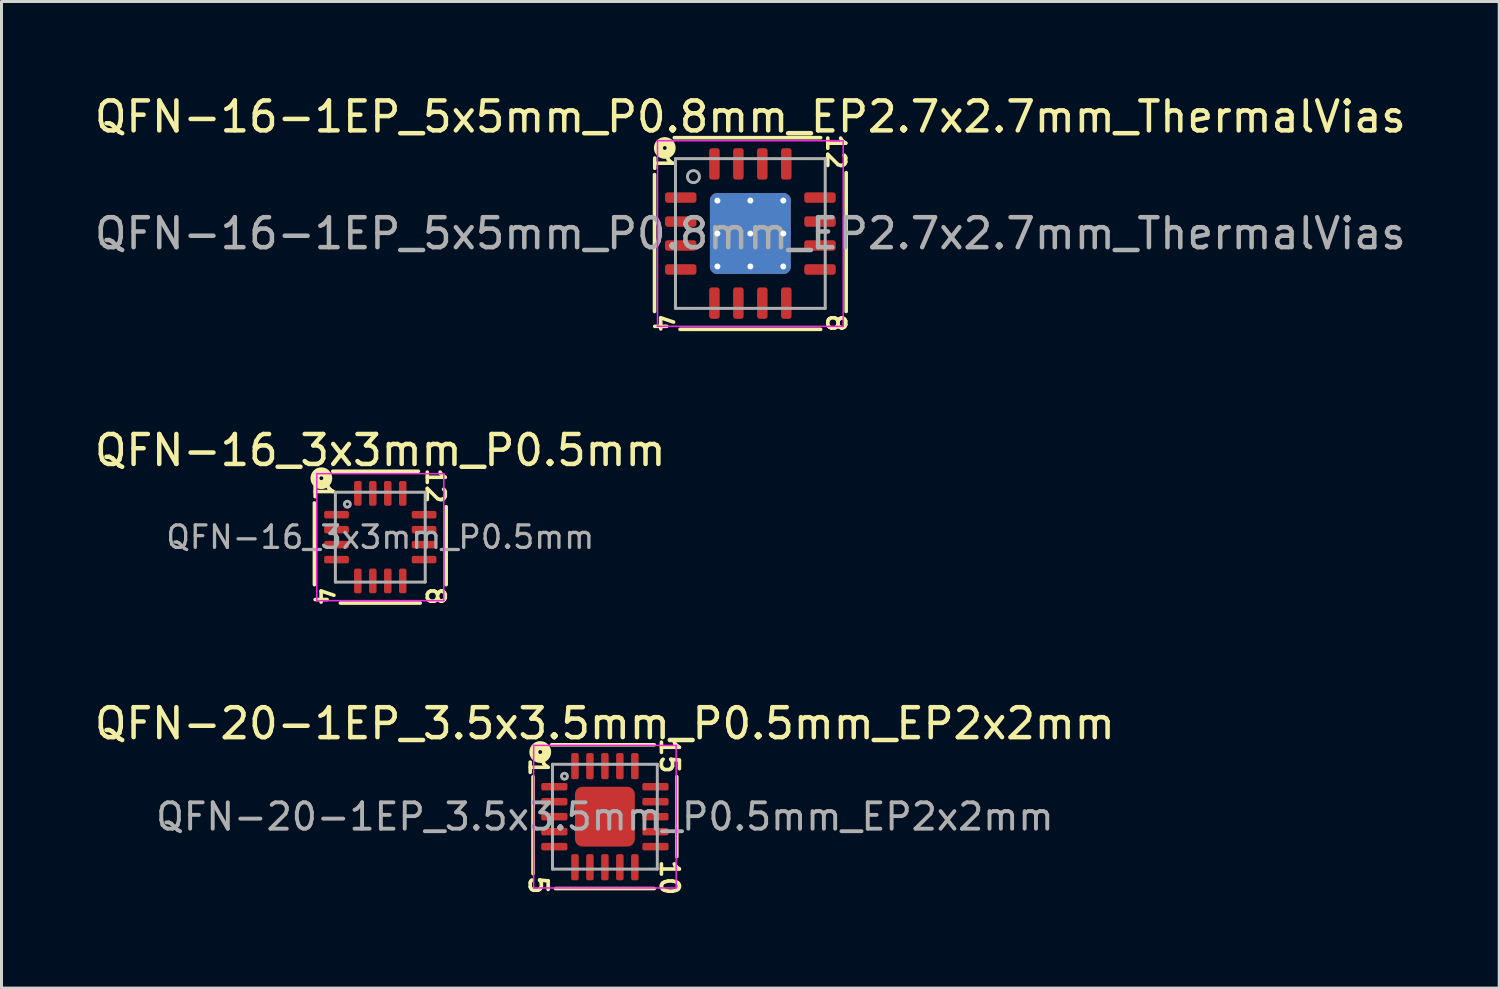
<source format=kicad_pcb>
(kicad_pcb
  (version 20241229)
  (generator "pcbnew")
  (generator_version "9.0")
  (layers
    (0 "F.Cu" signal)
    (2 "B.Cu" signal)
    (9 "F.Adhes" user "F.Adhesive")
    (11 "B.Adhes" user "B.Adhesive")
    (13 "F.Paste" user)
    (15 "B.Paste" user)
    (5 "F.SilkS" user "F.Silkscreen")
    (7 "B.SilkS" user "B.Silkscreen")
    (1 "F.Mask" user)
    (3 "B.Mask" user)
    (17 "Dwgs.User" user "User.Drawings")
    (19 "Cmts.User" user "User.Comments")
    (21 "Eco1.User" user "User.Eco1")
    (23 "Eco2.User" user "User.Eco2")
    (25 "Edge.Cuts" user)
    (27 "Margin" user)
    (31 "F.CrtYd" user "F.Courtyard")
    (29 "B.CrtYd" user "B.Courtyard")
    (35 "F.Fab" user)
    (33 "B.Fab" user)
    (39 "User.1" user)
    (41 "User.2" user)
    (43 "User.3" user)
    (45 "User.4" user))
  (footprint "QFN-20-1EP_3.5x3.5mm_P0.5mm_EP2x2mm"
    (layer "F.Cu")
    (at 17.149 24.221)
    (property "Reference" "QFN-20-1EP_3.5x3.5mm_P0.5mm_EP2x2mm" (at 0 -3.111 0) (layer "F.SilkS") (effects (font (size 1 1) (thickness 0.15))))
    (attr smd)
    (fp_line (start -2.4 -1.333) (end -2.4 1.905) (stroke (width 0.12) (type solid)) (layer "F.SilkS"))
    (fp_line (start -1.651 2.4) (end 1.651 2.4) (stroke (width 0.12) (type solid)) (layer "F.SilkS"))
    (fp_line (start 1.651 -2.4) (end -1.778 -2.4) (stroke (width 0.12) (type solid)) (layer "F.SilkS"))
    (fp_line (start 2.4 1.333) (end 2.4 -1.333) (stroke (width 0.12) (type solid)) (layer "F.SilkS"))
    (fp_circle (center -2.159 -2.159) (end -2.095 -2.159) (stroke (width 0.3) (type solid)) (fill no) (layer "F.SilkS"))
    (fp_line (start -2.38 -2.38) (end -2.38 2.38) (stroke (width 0.05) (type solid)) (layer "F.CrtYd"))
    (fp_line (start -2.38 2.38) (end 2.38 2.38) (stroke (width 0.05) (type solid)) (layer "F.CrtYd"))
    (fp_line (start 2.38 -2.38) (end -2.38 -2.38) (stroke (width 0.05) (type solid)) (layer "F.CrtYd"))
    (fp_line (start 2.38 2.38) (end 2.38 -2.38) (stroke (width 0.05) (type solid)) (layer "F.CrtYd"))
    (fp_line (start -1.75 -1.75) (end 1.75 -1.75) (stroke (width 0.1) (type solid)) (layer "F.Fab"))
    (fp_line (start -1.75 1.75) (end -1.75 -1.75) (stroke (width 0.1) (type solid)) (layer "F.Fab"))
    (fp_line (start 1.75 -1.75) (end 1.75 1.75) (stroke (width 0.1) (type solid)) (layer "F.Fab"))
    (fp_line (start 1.75 1.75) (end -1.75 1.75) (stroke (width 0.1) (type solid)) (layer "F.Fab"))
    (fp_circle (center -1.35 -1.35) (end -1.25 -1.35) (stroke (width 0.1) (type solid)) (fill no) (layer "F.Fab"))
    (fp_text user "5" (at -2.223 2.286 270) (unlocked yes) (layer "F.SilkS") (effects (font (size 0.6 0.6) (thickness 0.12))))
    (fp_text user "1" (at -2.223 -1.651 270) (unlocked yes) (layer "F.SilkS") (effects (font (size 0.6 0.6) (thickness 0.12))))
    (fp_text user "10" (at 2.159 2.032 270) (unlocked yes) (layer "F.SilkS") (effects (font (size 0.6 0.6) (thickness 0.12))))
    (fp_text user "15" (at 2.159 -2.032 270) (unlocked yes) (layer "F.SilkS") (effects (font (size 0.6 0.6) (thickness 0.12))))
    (fp_text user "${REFERENCE}" (at 0 0 0) (layer "F.Fab") (effects (font (size 0.88 0.88) (thickness 0.13))))
    (pad "" smd roundrect (at -0.5 -0.5) (size 0.81 0.81) (layers "F.Paste") (roundrect_rratio 0.25))
    (pad "" smd roundrect (at -0.5 0.5) (size 0.81 0.81) (layers "F.Paste") (roundrect_rratio 0.25))
    (pad "" smd roundrect (at 0.5 -0.5) (size 0.81 0.81) (layers "F.Paste") (roundrect_rratio 0.25))
    (pad "" smd roundrect (at 0.5 0.5) (size 0.81 0.81) (layers "F.Paste") (roundrect_rratio 0.25))
    (pad "1" smd roundrect (at -1.688 -1) (size 0.875 0.25) (layers "F.Cu" "F.Mask" "F.Paste") (roundrect_rratio 0.25))
    (pad "2" smd roundrect (at -1.688 -0.5) (size 0.875 0.25) (layers "F.Cu" "F.Mask" "F.Paste") (roundrect_rratio 0.25))
    (pad "3" smd roundrect (at -1.688 0) (size 0.875 0.25) (layers "F.Cu" "F.Mask" "F.Paste") (roundrect_rratio 0.25))
    (pad "4" smd roundrect (at -1.688 0.5) (size 0.875 0.25) (layers "F.Cu" "F.Mask" "F.Paste") (roundrect_rratio 0.25))
    (pad "5" smd roundrect (at -1.688 1) (size 0.875 0.25) (layers "F.Cu" "F.Mask" "F.Paste") (roundrect_rratio 0.25))
    (pad "6" smd roundrect (at -1 1.688) (size 0.25 0.875) (layers "F.Cu" "F.Mask" "F.Paste") (roundrect_rratio 0.25))
    (pad "7" smd roundrect (at -0.5 1.688) (size 0.25 0.875) (layers "F.Cu" "F.Mask" "F.Paste") (roundrect_rratio 0.25))
    (pad "8" smd roundrect (at 0 1.688) (size 0.25 0.875) (layers "F.Cu" "F.Mask" "F.Paste") (roundrect_rratio 0.25))
    (pad "9" smd roundrect (at 0.5 1.688) (size 0.25 0.875) (layers "F.Cu" "F.Mask" "F.Paste") (roundrect_rratio 0.25))
    (pad "10" smd roundrect (at 1 1.688) (size 0.25 0.875) (layers "F.Cu" "F.Mask" "F.Paste") (roundrect_rratio 0.25))
    (pad "11" smd roundrect (at 1.688 1) (size 0.875 0.25) (layers "F.Cu" "F.Mask" "F.Paste") (roundrect_rratio 0.25))
    (pad "12" smd roundrect (at 1.688 0.5) (size 0.875 0.25) (layers "F.Cu" "F.Mask" "F.Paste") (roundrect_rratio 0.25))
    (pad "13" smd roundrect (at 1.688 0) (size 0.875 0.25) (layers "F.Cu" "F.Mask" "F.Paste") (roundrect_rratio 0.25))
    (pad "14" smd roundrect (at 1.688 -0.5) (size 0.875 0.25) (layers "F.Cu" "F.Mask" "F.Paste") (roundrect_rratio 0.25))
    (pad "15" smd roundrect (at 1.688 -1) (size 0.875 0.25) (layers "F.Cu" "F.Mask" "F.Paste") (roundrect_rratio 0.25))
    (pad "16" smd roundrect (at 1 -1.688) (size 0.25 0.875) (layers "F.Cu" "F.Mask" "F.Paste") (roundrect_rratio 0.25))
    (pad "17" smd roundrect (at 0.5 -1.688) (size 0.25 0.875) (layers "F.Cu" "F.Mask" "F.Paste") (roundrect_rratio 0.25))
    (pad "18" smd roundrect (at 0 -1.688) (size 0.25 0.875) (layers "F.Cu" "F.Mask" "F.Paste") (roundrect_rratio 0.25))
    (pad "19" smd roundrect (at -0.5 -1.688) (size 0.25 0.875) (layers "F.Cu" "F.Mask" "F.Paste") (roundrect_rratio 0.25))
    (pad "20" smd roundrect (at -1 -1.688) (size 0.25 0.875) (layers "F.Cu" "F.Mask" "F.Paste") (roundrect_rratio 0.25))
    (pad "21" smd roundrect (at 0 0) (size 2 2) (layers "F.Cu" "F.Mask") (roundrect_rratio 0.125)))
  (footprint "QFN-16-1EP_5x5mm_P0.8mm_EP2.7x2.7mm_ThermalVias"
    (layer "F.Cu")
    (at 22.006 4.748)
    (property "Reference" "QFN-16-1EP_5x5mm_P0.8mm_EP2.7x2.7mm_ThermalVias" (at 0 -3.9 0) (layer "F.SilkS") (effects (font (size 1 1) (thickness 0.15))))
    (attr smd)
    (fp_line (start -3.2 -1.968) (end -3.2 2.603) (stroke (width 0.12) (type solid)) (layer "F.SilkS"))
    (fp_line (start -2.349 3.2) (end 2.349 3.2) (stroke (width 0.12) (type solid)) (layer "F.SilkS"))
    (fp_line (start 2.349 -3.2) (end -2.54 -3.2) (stroke (width 0.12) (type solid)) (layer "F.SilkS"))
    (fp_line (start 3.2 2.603) (end 3.2 -2.032) (stroke (width 0.12) (type solid)) (layer "F.SilkS"))
    (fp_circle (center -2.857 -2.857) (end -2.794 -2.857) (stroke (width 0.3) (type solid)) (fill no) (layer "F.SilkS"))
    (fp_line (start -3.1 -3.1) (end -3.1 3.1) (stroke (width 0.05) (type solid)) (layer "F.CrtYd"))
    (fp_line (start -3.1 3.1) (end 3.1 3.1) (stroke (width 0.05) (type solid)) (layer "F.CrtYd"))
    (fp_line (start 3.1 -3.1) (end -3.1 -3.1) (stroke (width 0.05) (type solid)) (layer "F.CrtYd"))
    (fp_line (start 3.1 3.1) (end 3.1 -3.1) (stroke (width 0.05) (type solid)) (layer "F.CrtYd"))
    (fp_line (start -2.5 -2.5) (end 2.5 -2.5) (stroke (width 0.1) (type solid)) (layer "F.Fab"))
    (fp_line (start -2.5 2.5) (end -2.5 -2.5) (stroke (width 0.1) (type solid)) (layer "F.Fab"))
    (fp_line (start 2.5 -2.5) (end 2.5 2.5) (stroke (width 0.1) (type solid)) (layer "F.Fab"))
    (fp_line (start 2.5 2.5) (end -2.5 2.5) (stroke (width 0.1) (type solid)) (layer "F.Fab"))
    (fp_circle (center -1.9 -1.9) (end -1.7 -1.9) (stroke (width 0.1) (type solid)) (fill no) (layer "F.Fab"))
    (fp_text user "8" (at 2.857 2.985 270) (unlocked yes) (layer "F.SilkS") (effects (font (size 0.6 0.6) (thickness 0.12))))
    (fp_text user "12" (at 2.857 -2.731 270) (unlocked yes) (layer "F.SilkS") (effects (font (size 0.6 0.6) (thickness 0.12))))
    (fp_text user "1" (at -2.921 -2.349 270) (unlocked yes) (layer "F.SilkS") (effects (font (size 0.6 0.6) (thickness 0.12))))
    (fp_text user "4" (at -2.921 2.985 270) (unlocked yes) (layer "F.SilkS") (effects (font (size 0.6 0.6) (thickness 0.12))))
    (fp_text user "${REFERENCE}" (at 0 0 0) (layer "F.Fab") (effects (font (size 1 1) (thickness 0.15))))
    (pad "" smd roundrect (at -0.675 -0.675) (size 1.17 1.17) (layers "F.Paste") (roundrect_rratio 0.214))
    (pad "" smd roundrect (at -0.675 0.675) (size 1.17 1.17) (layers "F.Paste") (roundrect_rratio 0.214))
    (pad "" smd roundrect (at 0.675 -0.675) (size 1.17 1.17) (layers "F.Paste") (roundrect_rratio 0.214))
    (pad "" smd roundrect (at 0.675 0.675) (size 1.17 1.17) (layers "F.Paste") (roundrect_rratio 0.214))
    (pad "1" smd roundrect (at -2.325 -1.2) (size 1.05 0.35) (layers "F.Cu" "F.Mask" "F.Paste") (roundrect_rratio 0.25))
    (pad "2" smd roundrect (at -2.325 -0.4) (size 1.05 0.35) (layers "F.Cu" "F.Mask" "F.Paste") (roundrect_rratio 0.25))
    (pad "3" smd roundrect (at -2.325 0.4) (size 1.05 0.35) (layers "F.Cu" "F.Mask" "F.Paste") (roundrect_rratio 0.25))
    (pad "4" smd roundrect (at -2.325 1.2) (size 1.05 0.35) (layers "F.Cu" "F.Mask" "F.Paste") (roundrect_rratio 0.25))
    (pad "5" smd roundrect (at -1.2 2.325) (size 0.35 1.05) (layers "F.Cu" "F.Mask" "F.Paste") (roundrect_rratio 0.25))
    (pad "6" smd roundrect (at -0.4 2.325) (size 0.35 1.05) (layers "F.Cu" "F.Mask" "F.Paste") (roundrect_rratio 0.25))
    (pad "7" smd roundrect (at 0.4 2.325) (size 0.35 1.05) (layers "F.Cu" "F.Mask" "F.Paste") (roundrect_rratio 0.25))
    (pad "8" smd roundrect (at 1.2 2.325) (size 0.35 1.05) (layers "F.Cu" "F.Mask" "F.Paste") (roundrect_rratio 0.25))
    (pad "9" smd roundrect (at 2.325 1.2) (size 1.05 0.35) (layers "F.Cu" "F.Mask" "F.Paste") (roundrect_rratio 0.25))
    (pad "10" smd roundrect (at 2.325 0.4) (size 1.05 0.35) (layers "F.Cu" "F.Mask" "F.Paste") (roundrect_rratio 0.25))
    (pad "11" smd roundrect (at 2.325 -0.4) (size 1.05 0.35) (layers "F.Cu" "F.Mask" "F.Paste") (roundrect_rratio 0.25))
    (pad "12" smd roundrect (at 2.325 -1.2) (size 1.05 0.35) (layers "F.Cu" "F.Mask" "F.Paste") (roundrect_rratio 0.25))
    (pad "13" smd roundrect (at 1.2 -2.325) (size 0.35 1.05) (layers "F.Cu" "F.Mask" "F.Paste") (roundrect_rratio 0.25))
    (pad "14" smd roundrect (at 0.4 -2.325) (size 0.35 1.05) (layers "F.Cu" "F.Mask" "F.Paste") (roundrect_rratio 0.25))
    (pad "15" smd roundrect (at -0.4 -2.325) (size 0.35 1.05) (layers "F.Cu" "F.Mask" "F.Paste") (roundrect_rratio 0.25))
    (pad "16" smd roundrect (at -1.2 -2.325) (size 0.35 1.05) (layers "F.Cu" "F.Mask" "F.Paste") (roundrect_rratio 0.25))
    (pad "17" thru_hole circle (at -1.1 -1.1) (size 0.5 0.5) (drill 0.2) (property pad_prop_heatsink) (layers "*.Cu"))
    (pad "17" thru_hole circle (at -1.1 0) (size 0.5 0.5) (drill 0.2) (property pad_prop_heatsink) (layers "*.Cu"))
    (pad "17" thru_hole circle (at -1.1 1.1) (size 0.5 0.5) (drill 0.2) (property pad_prop_heatsink) (layers "*.Cu"))
    (pad "17" thru_hole circle (at 0 -1.1) (size 0.5 0.5) (drill 0.2) (property pad_prop_heatsink) (layers "*.Cu"))
    (pad "17" thru_hole circle (at 0 0) (size 0.5 0.5) (drill 0.2) (property pad_prop_heatsink) (layers "*.Cu"))
    (pad "17" smd roundrect (at 0 0) (size 2.7 2.7) (layers "F.Cu" "F.Mask") (roundrect_rratio 0.093))
    (pad "17" smd roundrect (at 0 0) (size 2.7 2.7) (layers "B.Cu" "B.Mask") (roundrect_rratio 0.093))
    (pad "17" thru_hole circle (at 0 1.1) (size 0.5 0.5) (drill 0.2) (property pad_prop_heatsink) (layers "*.Cu"))
    (pad "17" thru_hole circle (at 1.1 -1.1) (size 0.5 0.5) (drill 0.2) (property pad_prop_heatsink) (layers "*.Cu"))
    (pad "17" thru_hole circle (at 1.1 0) (size 0.5 0.5) (drill 0.2) (property pad_prop_heatsink) (layers "*.Cu"))
    (pad "17" thru_hole circle (at 1.1 1.1) (size 0.5 0.5) (drill 0.2) (property pad_prop_heatsink) (layers "*.Cu")))
  (footprint "QFN-16_3x3mm_P0.5mm"
    (layer "F.Cu")
    (at 9.649 14.887)
    (property "Reference" "QFN-16_3x3mm_P0.5mm" (at 0 -2.9 0) (layer "F.SilkS") (effects (font (size 1 1) (thickness 0.15))))
    (attr smd)
    (fp_line (start -2.2 1.587) (end -2.2 -1.143) (stroke (width 0.12) (type solid)) (layer "F.SilkS"))
    (fp_line (start -1.587 -2.2) (end 1.27 -2.2) (stroke (width 0.12) (type solid)) (layer "F.SilkS"))
    (fp_line (start 1.333 2.2) (end -1.333 2.2) (stroke (width 0.12) (type solid)) (layer "F.SilkS"))
    (fp_line (start 2.2 -1.016) (end 2.2 1.587) (stroke (width 0.12) (type solid)) (layer "F.SilkS"))
    (fp_circle (center -1.968 -1.968) (end -1.905 -1.968) (stroke (width 0.3) (type solid)) (fill no) (layer "F.SilkS"))
    (fp_line (start -2.12 -2.12) (end -2.12 2.12) (stroke (width 0.05) (type solid)) (layer "F.CrtYd"))
    (fp_line (start -2.12 2.12) (end 2.12 2.12) (stroke (width 0.05) (type solid)) (layer "F.CrtYd"))
    (fp_line (start 2.12 -2.12) (end -2.12 -2.12) (stroke (width 0.05) (type solid)) (layer "F.CrtYd"))
    (fp_line (start 2.12 2.12) (end 2.12 -2.12) (stroke (width 0.05) (type solid)) (layer "F.CrtYd"))
    (fp_line (start -1.5 -1.5) (end 1.5 -1.5) (stroke (width 0.1) (type solid)) (layer "F.Fab"))
    (fp_line (start -1.5 1.5) (end -1.5 -1.5) (stroke (width 0.1) (type solid)) (layer "F.Fab"))
    (fp_line (start 1.5 -1.5) (end 1.5 1.5) (stroke (width 0.1) (type solid)) (layer "F.Fab"))
    (fp_line (start 1.5 1.5) (end -1.5 1.5) (stroke (width 0.1) (type solid)) (layer "F.Fab"))
    (fp_circle (center -1.1 -1.1) (end -1 -1.1) (stroke (width 0.1) (type solid)) (fill no) (layer "F.Fab"))
    (fp_text user "12" (at 1.841 -1.714 270) (unlocked yes) (layer "F.SilkS") (effects (font (size 0.6 0.6) (thickness 0.12))))
    (fp_text user "8" (at 1.841 1.968 270) (unlocked yes) (layer "F.SilkS") (effects (font (size 0.6 0.6) (thickness 0.12))))
    (fp_text user "4" (at -1.905 1.968 270) (unlocked yes) (layer "F.SilkS") (effects (font (size 0.6 0.6) (thickness 0.12))))
    (fp_text user "1" (at -1.905 -1.524 270) (unlocked yes) (layer "F.SilkS") (effects (font (size 0.6 0.6) (thickness 0.12))))
    (fp_text user "${REFERENCE}" (at 0 0 0) (layer "F.Fab") (effects (font (size 0.75 0.75) (thickness 0.11))))
    (pad "1" smd roundrect (at -1.462 -0.75) (size 0.825 0.25) (layers "F.Cu" "F.Mask" "F.Paste") (roundrect_rratio 0.25))
    (pad "2" smd roundrect (at -1.462 -0.25) (size 0.825 0.25) (layers "F.Cu" "F.Mask" "F.Paste") (roundrect_rratio 0.25))
    (pad "3" smd roundrect (at -1.462 0.25) (size 0.825 0.25) (layers "F.Cu" "F.Mask" "F.Paste") (roundrect_rratio 0.25))
    (pad "4" smd roundrect (at -1.462 0.75) (size 0.825 0.25) (layers "F.Cu" "F.Mask" "F.Paste") (roundrect_rratio 0.25))
    (pad "5" smd roundrect (at -0.75 1.462) (size 0.25 0.825) (layers "F.Cu" "F.Mask" "F.Paste") (roundrect_rratio 0.25))
    (pad "6" smd roundrect (at -0.25 1.462) (size 0.25 0.825) (layers "F.Cu" "F.Mask" "F.Paste") (roundrect_rratio 0.25))
    (pad "7" smd roundrect (at 0.25 1.462) (size 0.25 0.825) (layers "F.Cu" "F.Mask" "F.Paste") (roundrect_rratio 0.25))
    (pad "8" smd roundrect (at 0.75 1.462) (size 0.25 0.825) (layers "F.Cu" "F.Mask" "F.Paste") (roundrect_rratio 0.25))
    (pad "9" smd roundrect (at 1.462 0.75) (size 0.825 0.25) (layers "F.Cu" "F.Mask" "F.Paste") (roundrect_rratio 0.25))
    (pad "10" smd roundrect (at 1.462 0.25) (size 0.825 0.25) (layers "F.Cu" "F.Mask" "F.Paste") (roundrect_rratio 0.25))
    (pad "11" smd roundrect (at 1.462 -0.25) (size 0.825 0.25) (layers "F.Cu" "F.Mask" "F.Paste") (roundrect_rratio 0.25))
    (pad "12" smd roundrect (at 1.462 -0.75) (size 0.825 0.25) (layers "F.Cu" "F.Mask" "F.Paste") (roundrect_rratio 0.25))
    (pad "13" smd roundrect (at 0.75 -1.462) (size 0.25 0.825) (layers "F.Cu" "F.Mask" "F.Paste") (roundrect_rratio 0.25))
    (pad "14" smd roundrect (at 0.25 -1.462) (size 0.25 0.825) (layers "F.Cu" "F.Mask" "F.Paste") (roundrect_rratio 0.25))
    (pad "15" smd roundrect (at -0.25 -1.462) (size 0.25 0.825) (layers "F.Cu" "F.Mask" "F.Paste") (roundrect_rratio 0.25))
    (pad "16" smd roundrect (at -0.75 -1.462) (size 0.25 0.825) (layers "F.Cu" "F.Mask" "F.Paste") (roundrect_rratio 0.25)))
  (gr_rect
    (start -3 -3)
    (end 47.012 29.944)
    (stroke (width 0.1) (type default))
    (fill no)
    (layer "Edge.Cuts")))
</source>
